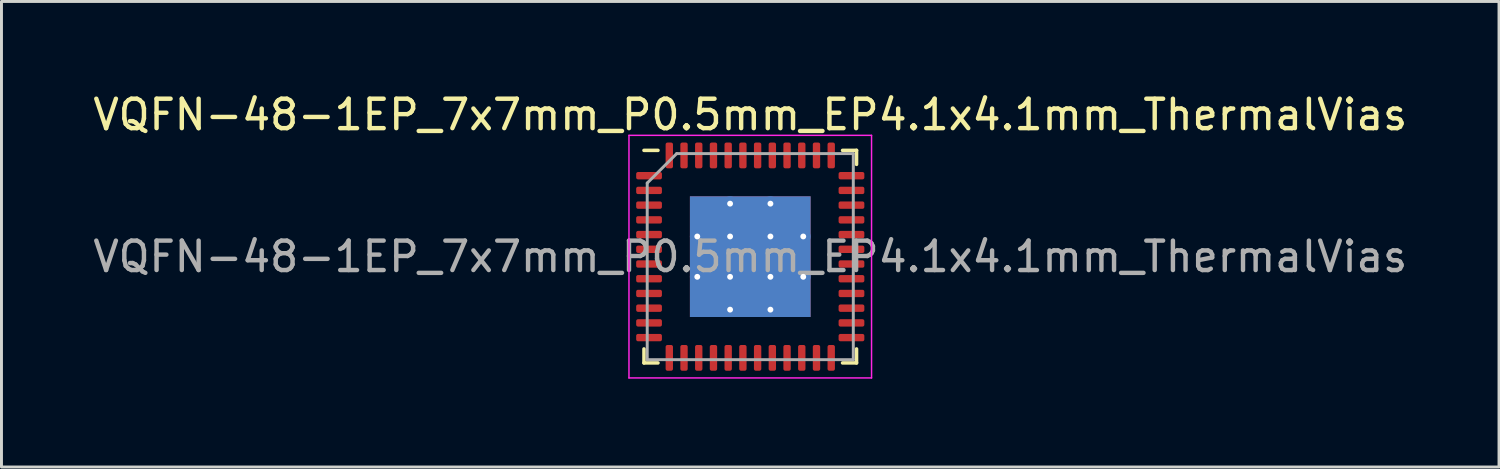
<source format=kicad_pcb>
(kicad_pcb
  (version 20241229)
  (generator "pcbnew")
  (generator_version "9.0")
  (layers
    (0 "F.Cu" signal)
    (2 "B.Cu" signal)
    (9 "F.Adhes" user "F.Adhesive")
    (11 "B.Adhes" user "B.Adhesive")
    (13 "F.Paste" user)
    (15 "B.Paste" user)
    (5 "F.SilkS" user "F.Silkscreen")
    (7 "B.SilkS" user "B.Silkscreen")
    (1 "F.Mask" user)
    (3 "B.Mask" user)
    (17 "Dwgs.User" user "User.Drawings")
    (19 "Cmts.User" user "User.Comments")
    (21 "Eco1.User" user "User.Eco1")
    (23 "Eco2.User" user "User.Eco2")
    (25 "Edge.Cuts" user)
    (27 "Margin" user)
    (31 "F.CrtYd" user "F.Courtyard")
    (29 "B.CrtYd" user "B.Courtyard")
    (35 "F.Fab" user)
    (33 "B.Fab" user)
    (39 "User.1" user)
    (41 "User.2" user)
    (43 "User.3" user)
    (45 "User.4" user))
  (footprint "VQFN-48-1EP_7x7mm_P0.5mm_EP4.1x4.1mm_ThermalVias"
    (layer "F.Cu")
    (at 22.435 5.668)
    (property "Reference" "VQFN-48-1EP_7x7mm_P0.5mm_EP4.1x4.1mm_ThermalVias" (at 0 -4.82 0) (layer "F.SilkS") (effects (font (size 1 1) (thickness 0.15))))
    (attr smd)
    (fp_line (start -3.61 3.61) (end -3.61 3.135) (stroke (width 0.12) (type solid)) (layer "F.SilkS"))
    (fp_line (start -3.135 -3.61) (end -3.61 -3.61) (stroke (width 0.12) (type solid)) (layer "F.SilkS"))
    (fp_line (start -3.135 3.61) (end -3.61 3.61) (stroke (width 0.12) (type solid)) (layer "F.SilkS"))
    (fp_line (start 3.135 -3.61) (end 3.61 -3.61) (stroke (width 0.12) (type solid)) (layer "F.SilkS"))
    (fp_line (start 3.135 3.61) (end 3.61 3.61) (stroke (width 0.12) (type solid)) (layer "F.SilkS"))
    (fp_line (start 3.61 -3.61) (end 3.61 -3.135) (stroke (width 0.12) (type solid)) (layer "F.SilkS"))
    (fp_line (start 3.61 3.61) (end 3.61 3.135) (stroke (width 0.12) (type solid)) (layer "F.SilkS"))
    (fp_line (start -4.12 -4.12) (end -4.12 4.12) (stroke (width 0.05) (type solid)) (layer "F.CrtYd"))
    (fp_line (start -4.12 4.12) (end 4.12 4.12) (stroke (width 0.05) (type solid)) (layer "F.CrtYd"))
    (fp_line (start 4.12 -4.12) (end -4.12 -4.12) (stroke (width 0.05) (type solid)) (layer "F.CrtYd"))
    (fp_line (start 4.12 4.12) (end 4.12 -4.12) (stroke (width 0.05) (type solid)) (layer "F.CrtYd"))
    (fp_line (start -3.5 -2.5) (end -2.5 -3.5) (stroke (width 0.1) (type solid)) (layer "F.Fab"))
    (fp_line (start -3.5 3.5) (end -3.5 -2.5) (stroke (width 0.1) (type solid)) (layer "F.Fab"))
    (fp_line (start -2.5 -3.5) (end 3.5 -3.5) (stroke (width 0.1) (type solid)) (layer "F.Fab"))
    (fp_line (start 3.5 -3.5) (end 3.5 3.5) (stroke (width 0.1) (type solid)) (layer "F.Fab"))
    (fp_line (start 3.5 3.5) (end -3.5 3.5) (stroke (width 0.1) (type solid)) (layer "F.Fab"))
    (fp_text user "${REFERENCE}" (at 0 0 0) (layer "F.Fab") (effects (font (size 1 1) (thickness 0.15))))
    (pad "" smd roundrect (at -1 -1) (size 1.6 1.6) (layers "B.Cu" "F.Paste") (roundrect_rratio 0.12))
    (pad "" smd roundrect (at -1 1) (size 1.6 1.6) (layers "B.Cu" "F.Paste") (roundrect_rratio 0.12))
    (pad "" smd roundrect (at 1 -1) (size 1.6 1.6) (layers "B.Cu" "F.Paste") (roundrect_rratio 0.12))
    (pad "" smd roundrect (at 1 1) (size 1.6 1.6) (layers "B.Cu" "F.Paste") (roundrect_rratio 0.12))
    (pad "1" smd roundrect (at -3.438 -2.75) (size 0.875 0.25) (layers "F.Cu" "F.Mask" "F.Paste") (roundrect_rratio 0.25))
    (pad "2" smd roundrect (at -3.438 -2.25) (size 0.875 0.25) (layers "F.Cu" "F.Mask" "F.Paste") (roundrect_rratio 0.25))
    (pad "3" smd roundrect (at -3.438 -1.75) (size 0.875 0.25) (layers "F.Cu" "F.Mask" "F.Paste") (roundrect_rratio 0.25))
    (pad "4" smd roundrect (at -3.438 -1.25) (size 0.875 0.25) (layers "F.Cu" "F.Mask" "F.Paste") (roundrect_rratio 0.25))
    (pad "5" smd roundrect (at -3.438 -0.75) (size 0.875 0.25) (layers "F.Cu" "F.Mask" "F.Paste") (roundrect_rratio 0.25))
    (pad "6" smd roundrect (at -3.438 -0.25) (size 0.875 0.25) (layers "F.Cu" "F.Mask" "F.Paste") (roundrect_rratio 0.25))
    (pad "7" smd roundrect (at -3.438 0.25) (size 0.875 0.25) (layers "F.Cu" "F.Mask" "F.Paste") (roundrect_rratio 0.25))
    (pad "8" smd roundrect (at -3.438 0.75) (size 0.875 0.25) (layers "F.Cu" "F.Mask" "F.Paste") (roundrect_rratio 0.25))
    (pad "9" smd roundrect (at -3.438 1.25) (size 0.875 0.25) (layers "F.Cu" "F.Mask" "F.Paste") (roundrect_rratio 0.25))
    (pad "10" smd roundrect (at -3.438 1.75) (size 0.875 0.25) (layers "F.Cu" "F.Mask" "F.Paste") (roundrect_rratio 0.25))
    (pad "11" smd roundrect (at -3.438 2.25) (size 0.875 0.25) (layers "F.Cu" "F.Mask" "F.Paste") (roundrect_rratio 0.25))
    (pad "12" smd roundrect (at -3.438 2.75) (size 0.875 0.25) (layers "F.Cu" "F.Mask" "F.Paste") (roundrect_rratio 0.25))
    (pad "13" smd roundrect (at -2.75 3.438) (size 0.25 0.875) (layers "F.Cu" "F.Mask" "F.Paste") (roundrect_rratio 0.25))
    (pad "14" smd roundrect (at -2.25 3.438) (size 0.25 0.875) (layers "F.Cu" "F.Mask" "F.Paste") (roundrect_rratio 0.25))
    (pad "15" smd roundrect (at -1.75 3.438) (size 0.25 0.875) (layers "F.Cu" "F.Mask" "F.Paste") (roundrect_rratio 0.25))
    (pad "16" smd roundrect (at -1.25 3.438) (size 0.25 0.875) (layers "F.Cu" "F.Mask" "F.Paste") (roundrect_rratio 0.25))
    (pad "17" smd roundrect (at -0.75 3.438) (size 0.25 0.875) (layers "F.Cu" "F.Mask" "F.Paste") (roundrect_rratio 0.25))
    (pad "18" smd roundrect (at -0.25 3.438) (size 0.25 0.875) (layers "F.Cu" "F.Mask" "F.Paste") (roundrect_rratio 0.25))
    (pad "19" smd roundrect (at 0.25 3.438) (size 0.25 0.875) (layers "F.Cu" "F.Mask" "F.Paste") (roundrect_rratio 0.25))
    (pad "20" smd roundrect (at 0.75 3.438) (size 0.25 0.875) (layers "F.Cu" "F.Mask" "F.Paste") (roundrect_rratio 0.25))
    (pad "21" smd roundrect (at 1.25 3.438) (size 0.25 0.875) (layers "F.Cu" "F.Mask" "F.Paste") (roundrect_rratio 0.25))
    (pad "22" smd roundrect (at 1.75 3.438) (size 0.25 0.875) (layers "F.Cu" "F.Mask" "F.Paste") (roundrect_rratio 0.25))
    (pad "23" smd roundrect (at 2.25 3.438) (size 0.25 0.875) (layers "F.Cu" "F.Mask" "F.Paste") (roundrect_rratio 0.25))
    (pad "24" smd roundrect (at 2.75 3.438) (size 0.25 0.875) (layers "F.Cu" "F.Mask" "F.Paste") (roundrect_rratio 0.25))
    (pad "25" smd roundrect (at 3.438 2.75) (size 0.875 0.25) (layers "F.Cu" "F.Mask" "F.Paste") (roundrect_rratio 0.25))
    (pad "26" smd roundrect (at 3.438 2.25) (size 0.875 0.25) (layers "F.Cu" "F.Mask" "F.Paste") (roundrect_rratio 0.25))
    (pad "27" smd roundrect (at 3.438 1.75) (size 0.875 0.25) (layers "F.Cu" "F.Mask" "F.Paste") (roundrect_rratio 0.25))
    (pad "28" smd roundrect (at 3.438 1.25) (size 0.875 0.25) (layers "F.Cu" "F.Mask" "F.Paste") (roundrect_rratio 0.25))
    (pad "29" smd roundrect (at 3.438 0.75) (size 0.875 0.25) (layers "F.Cu" "F.Mask" "F.Paste") (roundrect_rratio 0.25))
    (pad "30" smd roundrect (at 3.438 0.25) (size 0.875 0.25) (layers "F.Cu" "F.Mask" "F.Paste") (roundrect_rratio 0.25))
    (pad "31" smd roundrect (at 3.438 -0.25) (size 0.875 0.25) (layers "F.Cu" "F.Mask" "F.Paste") (roundrect_rratio 0.25))
    (pad "32" smd roundrect (at 3.438 -0.75) (size 0.875 0.25) (layers "F.Cu" "F.Mask" "F.Paste") (roundrect_rratio 0.25))
    (pad "33" smd roundrect (at 3.438 -1.25) (size 0.875 0.25) (layers "F.Cu" "F.Mask" "F.Paste") (roundrect_rratio 0.25))
    (pad "34" smd roundrect (at 3.438 -1.75) (size 0.875 0.25) (layers "F.Cu" "F.Mask" "F.Paste") (roundrect_rratio 0.25))
    (pad "35" smd roundrect (at 3.438 -2.25) (size 0.875 0.25) (layers "F.Cu" "F.Mask" "F.Paste") (roundrect_rratio 0.25))
    (pad "36" smd roundrect (at 3.438 -2.75) (size 0.875 0.25) (layers "F.Cu" "F.Mask" "F.Paste") (roundrect_rratio 0.25))
    (pad "37" smd roundrect (at 2.75 -3.438) (size 0.25 0.875) (layers "F.Cu" "F.Mask" "F.Paste") (roundrect_rratio 0.25))
    (pad "38" smd roundrect (at 2.25 -3.438) (size 0.25 0.875) (layers "F.Cu" "F.Mask" "F.Paste") (roundrect_rratio 0.25))
    (pad "39" smd roundrect (at 1.75 -3.438) (size 0.25 0.875) (layers "F.Cu" "F.Mask" "F.Paste") (roundrect_rratio 0.25))
    (pad "40" smd roundrect (at 1.25 -3.438) (size 0.25 0.875) (layers "F.Cu" "F.Mask" "F.Paste") (roundrect_rratio 0.25))
    (pad "41" smd roundrect (at 0.75 -3.438) (size 0.25 0.875) (layers "F.Cu" "F.Mask" "F.Paste") (roundrect_rratio 0.25))
    (pad "42" smd roundrect (at 0.25 -3.438) (size 0.25 0.875) (layers "F.Cu" "F.Mask" "F.Paste") (roundrect_rratio 0.25))
    (pad "43" smd roundrect (at -0.25 -3.438) (size 0.25 0.875) (layers "F.Cu" "F.Mask" "F.Paste") (roundrect_rratio 0.25))
    (pad "44" smd roundrect (at -0.75 -3.438) (size 0.25 0.875) (layers "F.Cu" "F.Mask" "F.Paste") (roundrect_rratio 0.25))
    (pad "45" smd roundrect (at -1.25 -3.438) (size 0.25 0.875) (layers "F.Cu" "F.Mask" "F.Paste") (roundrect_rratio 0.25))
    (pad "46" smd roundrect (at -1.75 -3.438) (size 0.25 0.875) (layers "F.Cu" "F.Mask" "F.Paste") (roundrect_rratio 0.25))
    (pad "47" smd roundrect (at -2.25 -3.438) (size 0.25 0.875) (layers "F.Cu" "F.Mask" "F.Paste") (roundrect_rratio 0.25))
    (pad "48" smd roundrect (at -2.75 -3.438) (size 0.25 0.875) (layers "F.Cu" "F.Mask" "F.Paste") (roundrect_rratio 0.25))
    (pad "49" thru_hole circle (at -1.8 -0.685) (size 0.5 0.5) (drill 0.2) (layers "*.Cu"))
    (pad "49" thru_hole circle (at -1.8 0.685) (size 0.5 0.5) (drill 0.2) (layers "*.Cu"))
    (pad "49" thru_hole circle (at -0.685 -1.8) (size 0.5 0.5) (drill 0.2) (layers "*.Cu"))
    (pad "49" thru_hole circle (at -0.685 -0.685) (size 0.5 0.5) (drill 0.2) (layers "*.Cu"))
    (pad "49" thru_hole circle (at -0.685 0.685) (size 0.5 0.5) (drill 0.2) (layers "*.Cu"))
    (pad "49" thru_hole circle (at -0.685 1.8) (size 0.5 0.5) (drill 0.2) (layers "*.Cu"))
    (pad "49" smd rect (at 0 0) (size 4.1 4.1) (layers "F.Cu" "F.Mask"))
    (pad "49" smd rect (at 0 0) (size 4.1 4.1) (layers "B.Cu"))
    (pad "49" thru_hole circle (at 0.685 -1.8) (size 0.5 0.5) (drill 0.2) (layers "*.Cu"))
    (pad "49" thru_hole circle (at 0.685 -0.685) (size 0.5 0.5) (drill 0.2) (layers "*.Cu"))
    (pad "49" thru_hole circle (at 0.685 0.685) (size 0.5 0.5) (drill 0.2) (layers "*.Cu"))
    (pad "49" thru_hole circle (at 0.685 1.8) (size 0.5 0.5) (drill 0.2) (layers "*.Cu"))
    (pad "49" thru_hole circle (at 1.8 -0.685) (size 0.5 0.5) (drill 0.2) (layers "*.Cu"))
    (pad "49" thru_hole circle (at 1.8 0.685) (size 0.5 0.5) (drill 0.2) (layers "*.Cu")))
  (gr_rect
    (start -3 -3)
    (end 47.869 12.813)
    (stroke (width 0.1) (type default))
    (fill no)
    (layer "Edge.Cuts")))
</source>
